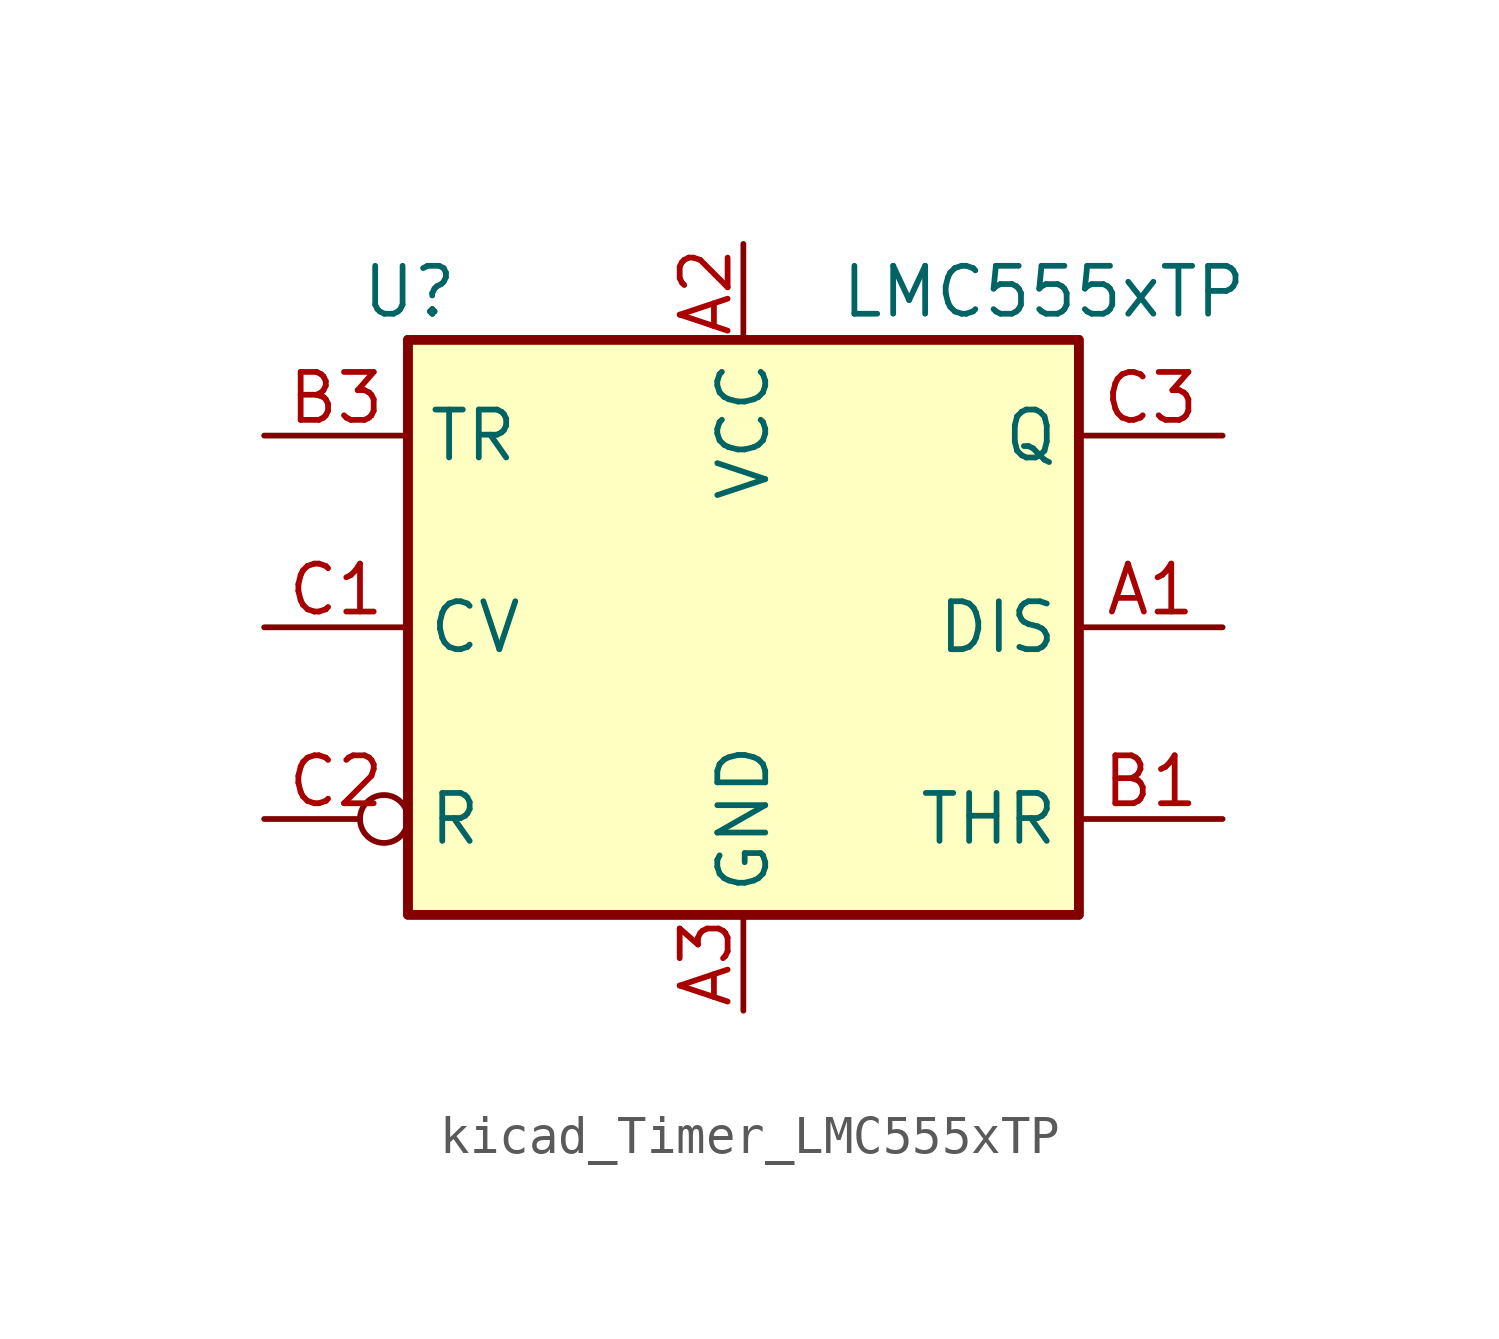
<source format=kicad_sym>
(kicad_symbol_lib
  (version 20220914)
  (generator kicad_symbol_editor)
  (symbol "kicad_Timer_LMC555xTP"
    (property "Reference" "U"
      (at -10.16 8.89 0)
      (effects (font (size 1.27 1.27)) (justify left)))
    (property "Value" "LMC555xTP"
      (at 2.54 8.89 0)
      (effects (font (size 1.27 1.27)) (justify left)))
    (symbol "kicad_Timer_LMC555xTP_0_0"
      (pin power_in line (at 0 10.16 270) (length 2.54) (name "VCC" (effects (font (size 1.27 1.27)))) (number "A2" (effects (font (size 1.27 1.27)))))
      (pin power_in line (at 0 -10.16 90) (length 2.54) (name "GND" (effects (font (size 1.27 1.27)))) (number "A3" (effects (font (size 1.27 1.27))))))
    (symbol "kicad_Timer_LMC555xTP_0_1"
      (rectangle (start -8.89 -7.62) (end 8.89 7.62) (stroke (width 0.254) (type default)) (fill (type background)))
      (rectangle (start -8.89 -7.62) (end 8.89 7.62) (stroke (width 0.254) (type default)) (fill (type background))))
    (symbol "kicad_Timer_LMC555xTP_1_1"
      (pin input line (at 12.7 0 180) (length 3.81) (name "DIS" (effects (font (size 1.27 1.27)))) (number "A1" (effects (font (size 1.27 1.27)))))
      (pin input line (at 12.7 -5.08 180) (length 3.81) (name "THR" (effects (font (size 1.27 1.27)))) (number "B1" (effects (font (size 1.27 1.27)))))
      (pin input line (at -12.7 5.08 0) (length 3.81) (name "TR" (effects (font (size 1.27 1.27)))) (number "B3" (effects (font (size 1.27 1.27)))))
      (pin input line (at -12.7 0 0) (length 3.81) (name "CV" (effects (font (size 1.27 1.27)))) (number "C1" (effects (font (size 1.27 1.27)))))
      (pin input inverted (at -12.7 -5.08 0) (length 3.81) (name "R" (effects (font (size 1.27 1.27)))) (number "C2" (effects (font (size 1.27 1.27)))))
      (pin output line (at 12.7 5.08 180) (length 3.81) (name "Q" (effects (font (size 1.27 1.27)))) (number "C3" (effects (font (size 1.27 1.27))))))))
</source>
